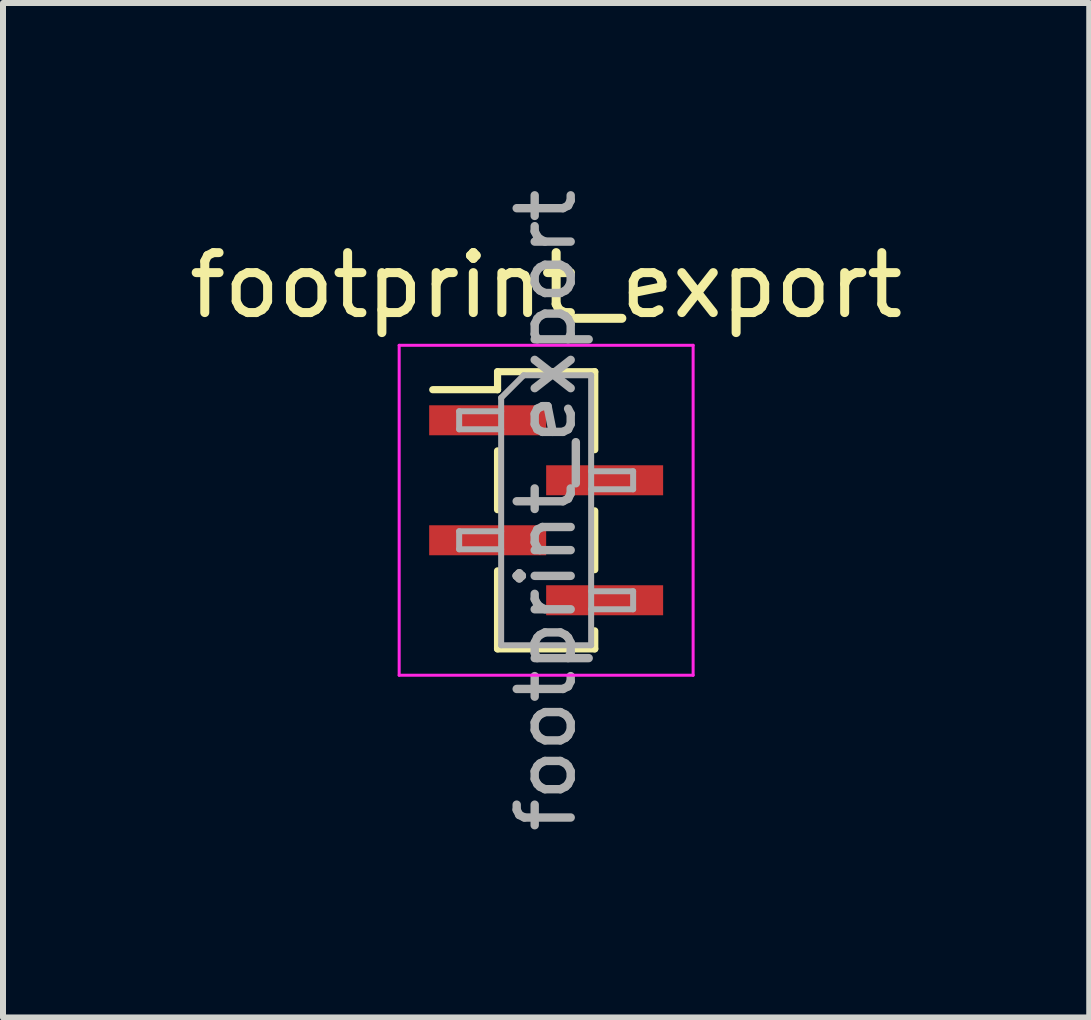
<source format=kicad_pcb>
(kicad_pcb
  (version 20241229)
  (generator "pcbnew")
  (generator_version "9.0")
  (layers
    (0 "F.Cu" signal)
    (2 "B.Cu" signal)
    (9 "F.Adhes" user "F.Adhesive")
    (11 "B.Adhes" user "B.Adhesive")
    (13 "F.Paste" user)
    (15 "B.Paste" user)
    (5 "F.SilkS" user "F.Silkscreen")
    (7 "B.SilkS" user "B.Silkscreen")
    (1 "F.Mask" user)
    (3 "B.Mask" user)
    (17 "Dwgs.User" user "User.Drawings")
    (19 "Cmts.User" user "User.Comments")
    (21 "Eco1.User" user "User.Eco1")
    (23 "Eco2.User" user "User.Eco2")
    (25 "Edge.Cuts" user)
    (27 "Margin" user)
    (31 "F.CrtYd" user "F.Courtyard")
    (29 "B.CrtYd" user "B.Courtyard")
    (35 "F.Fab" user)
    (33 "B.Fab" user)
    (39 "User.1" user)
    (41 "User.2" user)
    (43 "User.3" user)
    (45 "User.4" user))
  (footprint "footprint_export"
    (layer "F.Cu")
    (at 6.054 5.456)
    (property "Reference" "footprint_export" (at 0 -3.75 0) (layer "F.SilkS") (effects (font (size 1 1) (thickness 0.15))))
    (attr smd)
    (fp_line (start -1.89 -2.01) (end -0.81 -2.01) (stroke (width 0.12) (type solid)) (layer "F.SilkS"))
    (fp_line (start -0.81 -2.31) (end -0.81 -2.01) (stroke (width 0.12) (type solid)) (layer "F.SilkS"))
    (fp_line (start -0.81 -2.31) (end 0.81 -2.31) (stroke (width 0.12) (type solid)) (layer "F.SilkS"))
    (fp_line (start -0.81 -0.99) (end -0.81 -0.01) (stroke (width 0.12) (type solid)) (layer "F.SilkS"))
    (fp_line (start -0.81 1.01) (end -0.81 2.31) (stroke (width 0.12) (type solid)) (layer "F.SilkS"))
    (fp_line (start -0.81 2.31) (end 0.81 2.31) (stroke (width 0.12) (type solid)) (layer "F.SilkS"))
    (fp_line (start 0.81 -2.31) (end 0.81 -1.01) (stroke (width 0.12) (type solid)) (layer "F.SilkS"))
    (fp_line (start 0.81 0.01) (end 0.81 0.99) (stroke (width 0.12) (type solid)) (layer "F.SilkS"))
    (fp_line (start 0.81 2.01) (end 0.81 2.31) (stroke (width 0.12) (type solid)) (layer "F.SilkS"))
    (fp_line (start -2.45 -2.75) (end 2.45 -2.75) (stroke (width 0.05) (type solid)) (layer "F.CrtYd"))
    (fp_line (start -2.45 2.75) (end -2.45 -2.75) (stroke (width 0.05) (type solid)) (layer "F.CrtYd"))
    (fp_line (start 2.45 -2.75) (end 2.45 2.75) (stroke (width 0.05) (type solid)) (layer "F.CrtYd"))
    (fp_line (start 2.45 2.75) (end -2.45 2.75) (stroke (width 0.05) (type solid)) (layer "F.CrtYd"))
    (fp_line (start -1.45 -1.65) (end -0.75 -1.65) (stroke (width 0.1) (type solid)) (layer "F.Fab"))
    (fp_line (start -1.45 -1.35) (end -1.45 -1.65) (stroke (width 0.1) (type solid)) (layer "F.Fab"))
    (fp_line (start -1.45 0.35) (end -0.75 0.35) (stroke (width 0.1) (type solid)) (layer "F.Fab"))
    (fp_line (start -1.45 0.65) (end -1.45 0.35) (stroke (width 0.1) (type solid)) (layer "F.Fab"))
    (fp_line (start -0.75 -1.875) (end -0.375 -2.25) (stroke (width 0.1) (type solid)) (layer "F.Fab"))
    (fp_line (start -0.75 -1.35) (end -1.45 -1.35) (stroke (width 0.1) (type solid)) (layer "F.Fab"))
    (fp_line (start -0.75 0.65) (end -1.45 0.65) (stroke (width 0.1) (type solid)) (layer "F.Fab"))
    (fp_line (start -0.75 2.25) (end -0.75 -1.875) (stroke (width 0.1) (type solid)) (layer "F.Fab"))
    (fp_line (start -0.375 -2.25) (end 0.75 -2.25) (stroke (width 0.1) (type solid)) (layer "F.Fab"))
    (fp_line (start 0.75 -2.25) (end 0.75 2.25) (stroke (width 0.1) (type solid)) (layer "F.Fab"))
    (fp_line (start 0.75 -0.65) (end 1.45 -0.65) (stroke (width 0.1) (type solid)) (layer "F.Fab"))
    (fp_line (start 0.75 1.35) (end 1.45 1.35) (stroke (width 0.1) (type solid)) (layer "F.Fab"))
    (fp_line (start 0.75 2.25) (end -0.75 2.25) (stroke (width 0.1) (type solid)) (layer "F.Fab"))
    (fp_line (start 1.45 -0.65) (end 1.45 -0.35) (stroke (width 0.1) (type solid)) (layer "F.Fab"))
    (fp_line (start 1.45 -0.35) (end 0.75 -0.35) (stroke (width 0.1) (type solid)) (layer "F.Fab"))
    (fp_line (start 1.45 1.35) (end 1.45 1.65) (stroke (width 0.1) (type solid)) (layer "F.Fab"))
    (fp_line (start 1.45 1.65) (end 0.75 1.65) (stroke (width 0.1) (type solid)) (layer "F.Fab"))
    (fp_text user "${REFERENCE}" (at 0 0 90) (layer "F.Fab") (effects (font (size 0.9 0.9) (thickness 0.14))))
    (pad "1" smd rect (at -0.975 -1.5) (size 1.95 0.5) (layers "F.Cu" "F.Mask" "F.Paste"))
    (pad "2" smd rect (at 0.975 -0.5) (size 1.95 0.5) (layers "F.Cu" "F.Mask" "F.Paste"))
    (pad "3" smd rect (at -0.975 0.5) (size 1.95 0.5) (layers "F.Cu" "F.Mask" "F.Paste"))
    (pad "4" smd rect (at 0.975 1.5) (size 1.95 0.5) (layers "F.Cu" "F.Mask" "F.Paste")))
  (gr_rect
    (start -3 -3)
    (end 15.107 13.911)
    (stroke (width 0.1) (type default))
    (fill no)
    (layer "Edge.Cuts")))
</source>
